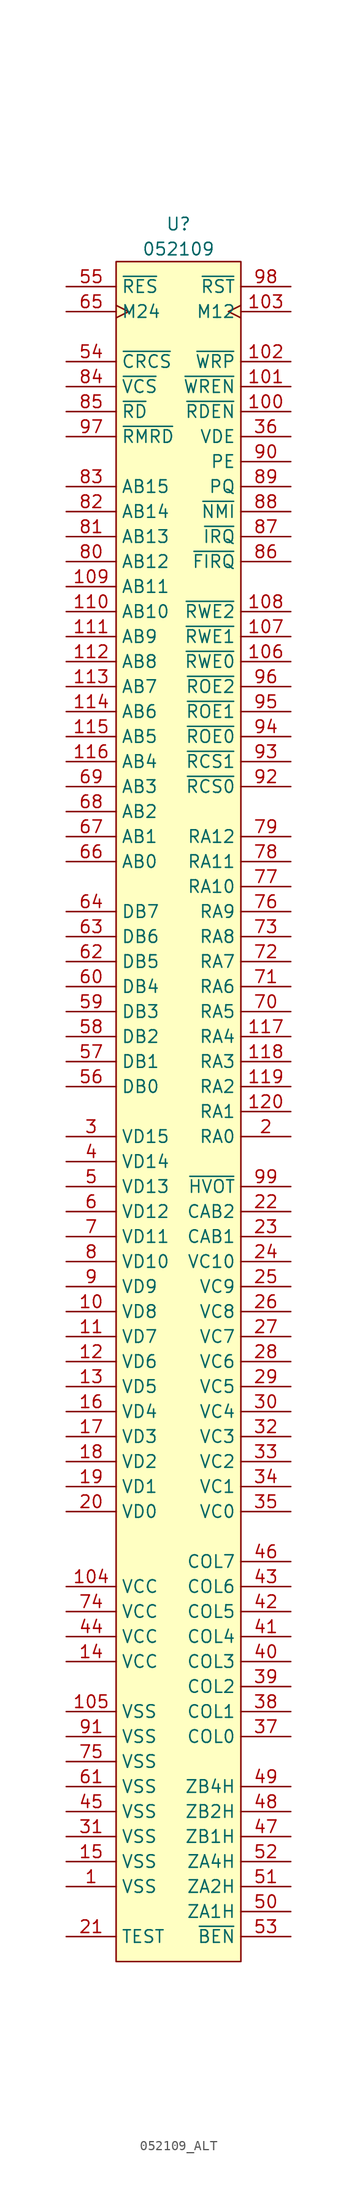
<source format=kicad_sym>
(kicad_symbol_lib
  (version 20231120)
  (generator "kicad_symbol_editor")
  (generator_version "8.0")
  (symbol "052109_ALT"
    (property "Reference" "U"
      (at 0 90.17 0)
      (effects (font (size 1.27 1.27))))
    (property "Value" "052109"
      (at 0 87.63 0)
      (effects (font (size 1.27 1.27))))
    (symbol "052109_ALT_1_0"
      (rectangle (start -6.35 86.36) (end 6.35 -86.36) (stroke (width 0) (type default)) (fill (type background))))
    (symbol "052109_ALT_1_1"
      (pin power_in line (at -11.43 -78.74 0) (length 5.08) (name "VSS" (effects (font (size 1.27 1.27)))) (number "1" (effects (font (size 1.27 1.27)))))
      (pin bidirectional line (at -11.43 -20.32 0) (length 5.08) (name "VD8" (effects (font (size 1.27 1.27)))) (number "10" (effects (font (size 1.27 1.27)))))
      (pin output line (at 11.43 71.12 180) (length 5.08) (name "~{RDEN}" (effects (font (size 1.27 1.27)))) (number "100" (effects (font (size 1.27 1.27)))))
      (pin output line (at 11.43 73.66 180) (length 5.08) (name "~{WREN}" (effects (font (size 1.27 1.27)))) (number "101" (effects (font (size 1.27 1.27)))))
      (pin output line (at 11.43 76.2 180) (length 5.08) (name "~{WRP}" (effects (font (size 1.27 1.27)))) (number "102" (effects (font (size 1.27 1.27)))))
      (pin output clock (at 11.43 81.28 180) (length 5.08) (name "M12" (effects (font (size 1.27 1.27)))) (number "103" (effects (font (size 1.27 1.27)))))
      (pin power_in line (at -11.43 -48.26 0) (length 5.08) (name "VCC" (effects (font (size 1.27 1.27)))) (number "104" (effects (font (size 1.27 1.27)))))
      (pin power_in line (at -11.43 -60.96 0) (length 5.08) (name "VSS" (effects (font (size 1.27 1.27)))) (number "105" (effects (font (size 1.27 1.27)))))
      (pin output line (at 11.43 45.72 180) (length 5.08) (name "~{RWE0}" (effects (font (size 1.27 1.27)))) (number "106" (effects (font (size 1.27 1.27)))))
      (pin output line (at 11.43 48.26 180) (length 5.08) (name "~{RWE1}" (effects (font (size 1.27 1.27)))) (number "107" (effects (font (size 1.27 1.27)))))
      (pin output line (at 11.43 50.8 180) (length 5.08) (name "~{RWE2}" (effects (font (size 1.27 1.27)))) (number "108" (effects (font (size 1.27 1.27)))))
      (pin input line (at -11.43 53.34 0) (length 5.08) (name "AB11" (effects (font (size 1.27 1.27)))) (number "109" (effects (font (size 1.27 1.27)))))
      (pin bidirectional line (at -11.43 -22.86 0) (length 5.08) (name "VD7" (effects (font (size 1.27 1.27)))) (number "11" (effects (font (size 1.27 1.27)))))
      (pin input line (at -11.43 50.8 0) (length 5.08) (name "AB10" (effects (font (size 1.27 1.27)))) (number "110" (effects (font (size 1.27 1.27)))))
      (pin input line (at -11.43 48.26 0) (length 5.08) (name "AB9" (effects (font (size 1.27 1.27)))) (number "111" (effects (font (size 1.27 1.27)))))
      (pin input line (at -11.43 45.72 0) (length 5.08) (name "AB8" (effects (font (size 1.27 1.27)))) (number "112" (effects (font (size 1.27 1.27)))))
      (pin input line (at -11.43 43.18 0) (length 5.08) (name "AB7" (effects (font (size 1.27 1.27)))) (number "113" (effects (font (size 1.27 1.27)))))
      (pin input line (at -11.43 40.64 0) (length 5.08) (name "AB6" (effects (font (size 1.27 1.27)))) (number "114" (effects (font (size 1.27 1.27)))))
      (pin input line (at -11.43 38.1 0) (length 5.08) (name "AB5" (effects (font (size 1.27 1.27)))) (number "115" (effects (font (size 1.27 1.27)))))
      (pin input line (at -11.43 35.56 0) (length 5.08) (name "AB4" (effects (font (size 1.27 1.27)))) (number "116" (effects (font (size 1.27 1.27)))))
      (pin output line (at 11.43 7.62 180) (length 5.08) (name "RA4" (effects (font (size 1.27 1.27)))) (number "117" (effects (font (size 1.27 1.27)))))
      (pin output line (at 11.43 5.08 180) (length 5.08) (name "RA3" (effects (font (size 1.27 1.27)))) (number "118" (effects (font (size 1.27 1.27)))))
      (pin output line (at 11.43 2.54 180) (length 5.08) (name "RA2" (effects (font (size 1.27 1.27)))) (number "119" (effects (font (size 1.27 1.27)))))
      (pin bidirectional line (at -11.43 -25.4 0) (length 5.08) (name "VD6" (effects (font (size 1.27 1.27)))) (number "12" (effects (font (size 1.27 1.27)))))
      (pin output line (at 11.43 0 180) (length 5.08) (name "RA1" (effects (font (size 1.27 1.27)))) (number "120" (effects (font (size 1.27 1.27)))))
      (pin bidirectional line (at -11.43 -27.94 0) (length 5.08) (name "VD5" (effects (font (size 1.27 1.27)))) (number "13" (effects (font (size 1.27 1.27)))))
      (pin power_in line (at -11.43 -55.88 0) (length 5.08) (name "VCC" (effects (font (size 1.27 1.27)))) (number "14" (effects (font (size 1.27 1.27)))))
      (pin power_in line (at -11.43 -76.2 0) (length 5.08) (name "VSS" (effects (font (size 1.27 1.27)))) (number "15" (effects (font (size 1.27 1.27)))))
      (pin bidirectional line (at -11.43 -30.48 0) (length 5.08) (name "VD4" (effects (font (size 1.27 1.27)))) (number "16" (effects (font (size 1.27 1.27)))))
      (pin bidirectional line (at -11.43 -33.02 0) (length 5.08) (name "VD3" (effects (font (size 1.27 1.27)))) (number "17" (effects (font (size 1.27 1.27)))))
      (pin bidirectional line (at -11.43 -35.56 0) (length 5.08) (name "VD2" (effects (font (size 1.27 1.27)))) (number "18" (effects (font (size 1.27 1.27)))))
      (pin bidirectional line (at -11.43 -38.1 0) (length 5.08) (name "VD1" (effects (font (size 1.27 1.27)))) (number "19" (effects (font (size 1.27 1.27)))))
      (pin output line (at 11.43 -2.54 180) (length 5.08) (name "RA0" (effects (font (size 1.27 1.27)))) (number "2" (effects (font (size 1.27 1.27)))))
      (pin bidirectional line (at -11.43 -40.64 0) (length 5.08) (name "VD0" (effects (font (size 1.27 1.27)))) (number "20" (effects (font (size 1.27 1.27)))))
      (pin input line (at -11.43 -83.82 0) (length 5.08) (name "TEST" (effects (font (size 1.27 1.27)))) (number "21" (effects (font (size 1.27 1.27)))))
      (pin output line (at 11.43 -10.16 180) (length 5.08) (name "CAB2" (effects (font (size 1.27 1.27)))) (number "22" (effects (font (size 1.27 1.27)))))
      (pin output line (at 11.43 -12.7 180) (length 5.08) (name "CAB1" (effects (font (size 1.27 1.27)))) (number "23" (effects (font (size 1.27 1.27)))))
      (pin output line (at 11.43 -15.24 180) (length 5.08) (name "VC10" (effects (font (size 1.27 1.27)))) (number "24" (effects (font (size 1.27 1.27)))))
      (pin output line (at 11.43 -17.78 180) (length 5.08) (name "VC9" (effects (font (size 1.27 1.27)))) (number "25" (effects (font (size 1.27 1.27)))))
      (pin output line (at 11.43 -20.32 180) (length 5.08) (name "VC8" (effects (font (size 1.27 1.27)))) (number "26" (effects (font (size 1.27 1.27)))))
      (pin output line (at 11.43 -22.86 180) (length 5.08) (name "VC7" (effects (font (size 1.27 1.27)))) (number "27" (effects (font (size 1.27 1.27)))))
      (pin output line (at 11.43 -25.4 180) (length 5.08) (name "VC6" (effects (font (size 1.27 1.27)))) (number "28" (effects (font (size 1.27 1.27)))))
      (pin output line (at 11.43 -27.94 180) (length 5.08) (name "VC5" (effects (font (size 1.27 1.27)))) (number "29" (effects (font (size 1.27 1.27)))))
      (pin bidirectional line (at -11.43 -2.54 0) (length 5.08) (name "VD15" (effects (font (size 1.27 1.27)))) (number "3" (effects (font (size 1.27 1.27)))))
      (pin output line (at 11.43 -30.48 180) (length 5.08) (name "VC4" (effects (font (size 1.27 1.27)))) (number "30" (effects (font (size 1.27 1.27)))))
      (pin power_in line (at -11.43 -73.66 0) (length 5.08) (name "VSS" (effects (font (size 1.27 1.27)))) (number "31" (effects (font (size 1.27 1.27)))))
      (pin output line (at 11.43 -33.02 180) (length 5.08) (name "VC3" (effects (font (size 1.27 1.27)))) (number "32" (effects (font (size 1.27 1.27)))))
      (pin output line (at 11.43 -35.56 180) (length 5.08) (name "VC2" (effects (font (size 1.27 1.27)))) (number "33" (effects (font (size 1.27 1.27)))))
      (pin output line (at 11.43 -38.1 180) (length 5.08) (name "VC1" (effects (font (size 1.27 1.27)))) (number "34" (effects (font (size 1.27 1.27)))))
      (pin output line (at 11.43 -40.64 180) (length 5.08) (name "VC0" (effects (font (size 1.27 1.27)))) (number "35" (effects (font (size 1.27 1.27)))))
      (pin output line (at 11.43 68.58 180) (length 5.08) (name "VDE" (effects (font (size 1.27 1.27)))) (number "36" (effects (font (size 1.27 1.27)))))
      (pin output line (at 11.43 -63.5 180) (length 5.08) (name "COL0" (effects (font (size 1.27 1.27)))) (number "37" (effects (font (size 1.27 1.27)))))
      (pin output line (at 11.43 -60.96 180) (length 5.08) (name "COL1" (effects (font (size 1.27 1.27)))) (number "38" (effects (font (size 1.27 1.27)))))
      (pin output line (at 11.43 -58.42 180) (length 5.08) (name "COL2" (effects (font (size 1.27 1.27)))) (number "39" (effects (font (size 1.27 1.27)))))
      (pin bidirectional line (at -11.43 -5.08 0) (length 5.08) (name "VD14" (effects (font (size 1.27 1.27)))) (number "4" (effects (font (size 1.27 1.27)))))
      (pin output line (at 11.43 -55.88 180) (length 5.08) (name "COL3" (effects (font (size 1.27 1.27)))) (number "40" (effects (font (size 1.27 1.27)))))
      (pin output line (at 11.43 -53.34 180) (length 5.08) (name "COL4" (effects (font (size 1.27 1.27)))) (number "41" (effects (font (size 1.27 1.27)))))
      (pin output line (at 11.43 -50.8 180) (length 5.08) (name "COL5" (effects (font (size 1.27 1.27)))) (number "42" (effects (font (size 1.27 1.27)))))
      (pin output line (at 11.43 -48.26 180) (length 5.08) (name "COL6" (effects (font (size 1.27 1.27)))) (number "43" (effects (font (size 1.27 1.27)))))
      (pin power_in line (at -11.43 -53.34 0) (length 5.08) (name "VCC" (effects (font (size 1.27 1.27)))) (number "44" (effects (font (size 1.27 1.27)))))
      (pin power_in line (at -11.43 -71.12 0) (length 5.08) (name "VSS" (effects (font (size 1.27 1.27)))) (number "45" (effects (font (size 1.27 1.27)))))
      (pin output line (at 11.43 -45.72 180) (length 5.08) (name "COL7" (effects (font (size 1.27 1.27)))) (number "46" (effects (font (size 1.27 1.27)))))
      (pin output line (at 11.43 -73.66 180) (length 5.08) (name "ZB1H" (effects (font (size 1.27 1.27)))) (number "47" (effects (font (size 1.27 1.27)))))
      (pin output line (at 11.43 -71.12 180) (length 5.08) (name "ZB2H" (effects (font (size 1.27 1.27)))) (number "48" (effects (font (size 1.27 1.27)))))
      (pin output line (at 11.43 -68.58 180) (length 5.08) (name "ZB4H" (effects (font (size 1.27 1.27)))) (number "49" (effects (font (size 1.27 1.27)))))
      (pin bidirectional line (at -11.43 -7.62 0) (length 5.08) (name "VD13" (effects (font (size 1.27 1.27)))) (number "5" (effects (font (size 1.27 1.27)))))
      (pin output line (at 11.43 -81.28 180) (length 5.08) (name "ZA1H" (effects (font (size 1.27 1.27)))) (number "50" (effects (font (size 1.27 1.27)))))
      (pin output line (at 11.43 -78.74 180) (length 5.08) (name "ZA2H" (effects (font (size 1.27 1.27)))) (number "51" (effects (font (size 1.27 1.27)))))
      (pin output line (at 11.43 -76.2 180) (length 5.08) (name "ZA4H" (effects (font (size 1.27 1.27)))) (number "52" (effects (font (size 1.27 1.27)))))
      (pin output line (at 11.43 -83.82 180) (length 5.08) (name "~{BEN}" (effects (font (size 1.27 1.27)))) (number "53" (effects (font (size 1.27 1.27)))))
      (pin input line (at -11.43 76.2 0) (length 5.08) (name "~{CRCS}" (effects (font (size 1.27 1.27)))) (number "54" (effects (font (size 1.27 1.27)))))
      (pin input line (at -11.43 83.82 0) (length 5.08) (name "~{RES}" (effects (font (size 1.27 1.27)))) (number "55" (effects (font (size 1.27 1.27)))))
      (pin bidirectional line (at -11.43 2.54 0) (length 5.08) (name "DB0" (effects (font (size 1.27 1.27)))) (number "56" (effects (font (size 1.27 1.27)))))
      (pin bidirectional line (at -11.43 5.08 0) (length 5.08) (name "DB1" (effects (font (size 1.27 1.27)))) (number "57" (effects (font (size 1.27 1.27)))))
      (pin bidirectional line (at -11.43 7.62 0) (length 5.08) (name "DB2" (effects (font (size 1.27 1.27)))) (number "58" (effects (font (size 1.27 1.27)))))
      (pin bidirectional line (at -11.43 10.16 0) (length 5.08) (name "DB3" (effects (font (size 1.27 1.27)))) (number "59" (effects (font (size 1.27 1.27)))))
      (pin bidirectional line (at -11.43 -10.16 0) (length 5.08) (name "VD12" (effects (font (size 1.27 1.27)))) (number "6" (effects (font (size 1.27 1.27)))))
      (pin bidirectional line (at -11.43 12.7 0) (length 5.08) (name "DB4" (effects (font (size 1.27 1.27)))) (number "60" (effects (font (size 1.27 1.27)))))
      (pin power_in line (at -11.43 -68.58 0) (length 5.08) (name "VSS" (effects (font (size 1.27 1.27)))) (number "61" (effects (font (size 1.27 1.27)))))
      (pin bidirectional line (at -11.43 15.24 0) (length 5.08) (name "DB5" (effects (font (size 1.27 1.27)))) (number "62" (effects (font (size 1.27 1.27)))))
      (pin bidirectional line (at -11.43 17.78 0) (length 5.08) (name "DB6" (effects (font (size 1.27 1.27)))) (number "63" (effects (font (size 1.27 1.27)))))
      (pin bidirectional line (at -11.43 20.32 0) (length 5.08) (name "DB7" (effects (font (size 1.27 1.27)))) (number "64" (effects (font (size 1.27 1.27)))))
      (pin input clock (at -11.43 81.28 0) (length 5.08) (name "M24" (effects (font (size 1.27 1.27)))) (number "65" (effects (font (size 1.27 1.27)))))
      (pin input line (at -11.43 25.4 0) (length 5.08) (name "AB0" (effects (font (size 1.27 1.27)))) (number "66" (effects (font (size 1.27 1.27)))))
      (pin input line (at -11.43 27.94 0) (length 5.08) (name "AB1" (effects (font (size 1.27 1.27)))) (number "67" (effects (font (size 1.27 1.27)))))
      (pin input line (at -11.43 30.48 0) (length 5.08) (name "AB2" (effects (font (size 1.27 1.27)))) (number "68" (effects (font (size 1.27 1.27)))))
      (pin input line (at -11.43 33.02 0) (length 5.08) (name "AB3" (effects (font (size 1.27 1.27)))) (number "69" (effects (font (size 1.27 1.27)))))
      (pin bidirectional line (at -11.43 -12.7 0) (length 5.08) (name "VD11" (effects (font (size 1.27 1.27)))) (number "7" (effects (font (size 1.27 1.27)))))
      (pin output line (at 11.43 10.16 180) (length 5.08) (name "RA5" (effects (font (size 1.27 1.27)))) (number "70" (effects (font (size 1.27 1.27)))))
      (pin output line (at 11.43 12.7 180) (length 5.08) (name "RA6" (effects (font (size 1.27 1.27)))) (number "71" (effects (font (size 1.27 1.27)))))
      (pin output line (at 11.43 15.24 180) (length 5.08) (name "RA7" (effects (font (size 1.27 1.27)))) (number "72" (effects (font (size 1.27 1.27)))))
      (pin output line (at 11.43 17.78 180) (length 5.08) (name "RA8" (effects (font (size 1.27 1.27)))) (number "73" (effects (font (size 1.27 1.27)))))
      (pin power_in line (at -11.43 -50.8 0) (length 5.08) (name "VCC" (effects (font (size 1.27 1.27)))) (number "74" (effects (font (size 1.27 1.27)))))
      (pin power_in line (at -11.43 -66.04 0) (length 5.08) (name "VSS" (effects (font (size 1.27 1.27)))) (number "75" (effects (font (size 1.27 1.27)))))
      (pin output line (at 11.43 20.32 180) (length 5.08) (name "RA9" (effects (font (size 1.27 1.27)))) (number "76" (effects (font (size 1.27 1.27)))))
      (pin output line (at 11.43 22.86 180) (length 5.08) (name "RA10" (effects (font (size 1.27 1.27)))) (number "77" (effects (font (size 1.27 1.27)))))
      (pin output line (at 11.43 25.4 180) (length 5.08) (name "RA11" (effects (font (size 1.27 1.27)))) (number "78" (effects (font (size 1.27 1.27)))))
      (pin output line (at 11.43 27.94 180) (length 5.08) (name "RA12" (effects (font (size 1.27 1.27)))) (number "79" (effects (font (size 1.27 1.27)))))
      (pin bidirectional line (at -11.43 -15.24 0) (length 5.08) (name "VD10" (effects (font (size 1.27 1.27)))) (number "8" (effects (font (size 1.27 1.27)))))
      (pin input line (at -11.43 55.88 0) (length 5.08) (name "AB12" (effects (font (size 1.27 1.27)))) (number "80" (effects (font (size 1.27 1.27)))))
      (pin input line (at -11.43 58.42 0) (length 5.08) (name "AB13" (effects (font (size 1.27 1.27)))) (number "81" (effects (font (size 1.27 1.27)))))
      (pin input line (at -11.43 60.96 0) (length 5.08) (name "AB14" (effects (font (size 1.27 1.27)))) (number "82" (effects (font (size 1.27 1.27)))))
      (pin input line (at -11.43 63.5 0) (length 5.08) (name "AB15" (effects (font (size 1.27 1.27)))) (number "83" (effects (font (size 1.27 1.27)))))
      (pin input line (at -11.43 73.66 0) (length 5.08) (name "~{VCS}" (effects (font (size 1.27 1.27)))) (number "84" (effects (font (size 1.27 1.27)))))
      (pin input line (at -11.43 71.12 0) (length 5.08) (name "~{RD}" (effects (font (size 1.27 1.27)))) (number "85" (effects (font (size 1.27 1.27)))))
      (pin output line (at 11.43 55.88 180) (length 5.08) (name "~{FIRQ}" (effects (font (size 1.27 1.27)))) (number "86" (effects (font (size 1.27 1.27)))))
      (pin output line (at 11.43 58.42 180) (length 5.08) (name "~{IRQ}" (effects (font (size 1.27 1.27)))) (number "87" (effects (font (size 1.27 1.27)))))
      (pin output line (at 11.43 60.96 180) (length 5.08) (name "~{NMI}" (effects (font (size 1.27 1.27)))) (number "88" (effects (font (size 1.27 1.27)))))
      (pin output line (at 11.43 63.5 180) (length 5.08) (name "PQ" (effects (font (size 1.27 1.27)))) (number "89" (effects (font (size 1.27 1.27)))))
      (pin bidirectional line (at -11.43 -17.78 0) (length 5.08) (name "VD9" (effects (font (size 1.27 1.27)))) (number "9" (effects (font (size 1.27 1.27)))))
      (pin output line (at 11.43 66.04 180) (length 5.08) (name "PE" (effects (font (size 1.27 1.27)))) (number "90" (effects (font (size 1.27 1.27)))))
      (pin power_in line (at -11.43 -63.5 0) (length 5.08) (name "VSS" (effects (font (size 1.27 1.27)))) (number "91" (effects (font (size 1.27 1.27)))))
      (pin output line (at 11.43 33.02 180) (length 5.08) (name "~{RCS0}" (effects (font (size 1.27 1.27)))) (number "92" (effects (font (size 1.27 1.27)))))
      (pin output line (at 11.43 35.56 180) (length 5.08) (name "~{RCS1}" (effects (font (size 1.27 1.27)))) (number "93" (effects (font (size 1.27 1.27)))))
      (pin output line (at 11.43 38.1 180) (length 5.08) (name "~{ROE0}" (effects (font (size 1.27 1.27)))) (number "94" (effects (font (size 1.27 1.27)))))
      (pin output line (at 11.43 40.64 180) (length 5.08) (name "~{ROE1}" (effects (font (size 1.27 1.27)))) (number "95" (effects (font (size 1.27 1.27)))))
      (pin output line (at 11.43 43.18 180) (length 5.08) (name "~{ROE2}" (effects (font (size 1.27 1.27)))) (number "96" (effects (font (size 1.27 1.27)))))
      (pin input line (at -11.43 68.58 0) (length 5.08) (name "~{RMRD}" (effects (font (size 1.27 1.27)))) (number "97" (effects (font (size 1.27 1.27)))))
      (pin output line (at 11.43 83.82 180) (length 5.08) (name "~{RST}" (effects (font (size 1.27 1.27)))) (number "98" (effects (font (size 1.27 1.27)))))
      (pin output line (at 11.43 -7.62 180) (length 5.08) (name "~{HVOT}" (effects (font (size 1.27 1.27)))) (number "99" (effects (font (size 1.27 1.27))))))))
</source>
